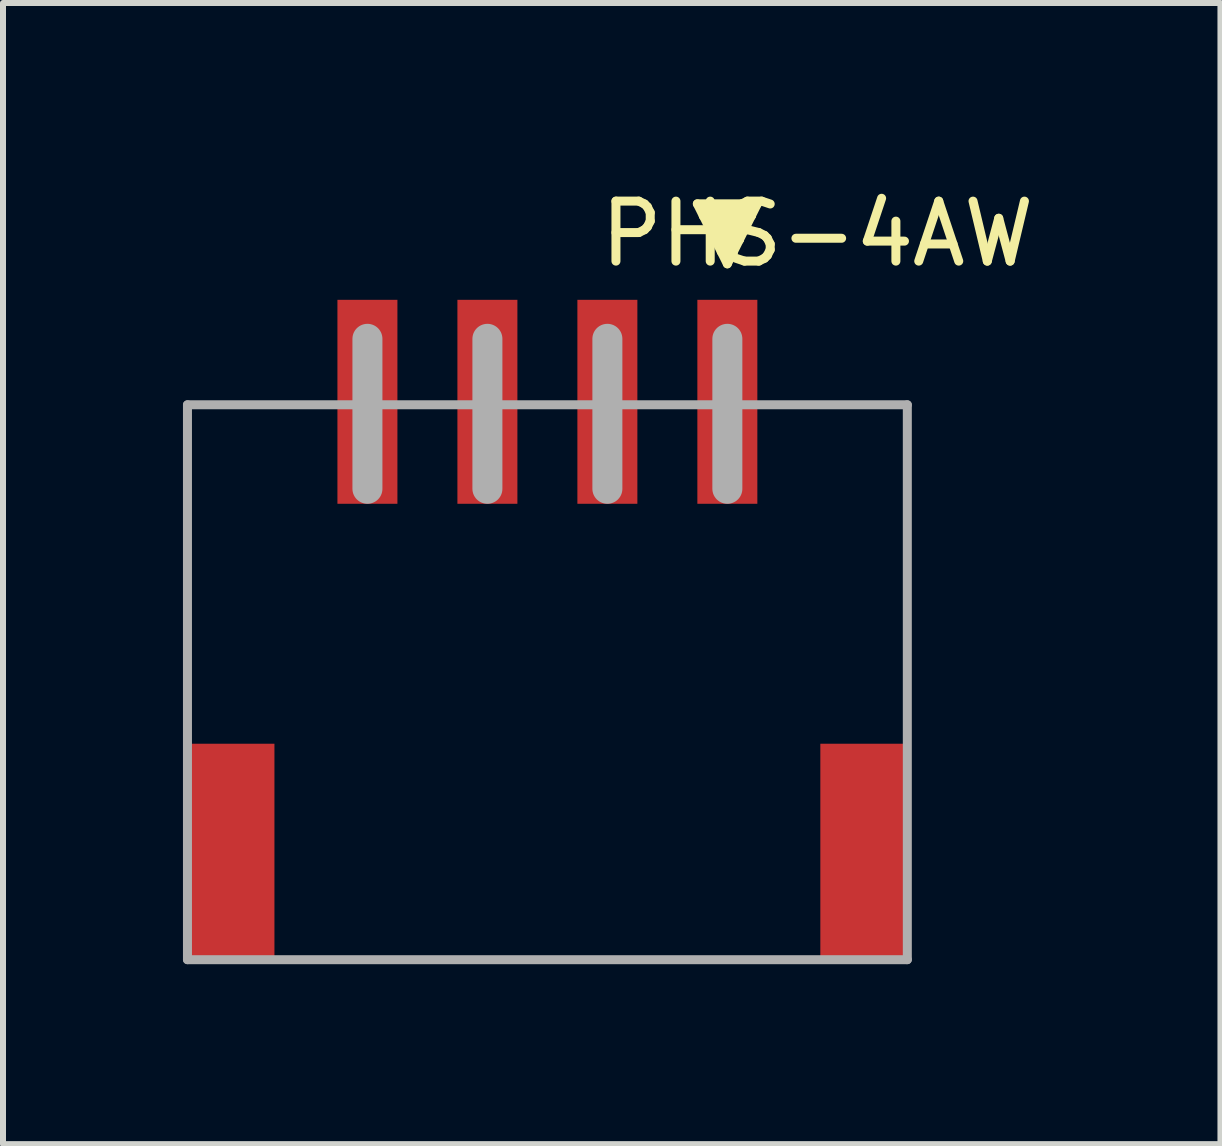
<source format=kicad_pcb>
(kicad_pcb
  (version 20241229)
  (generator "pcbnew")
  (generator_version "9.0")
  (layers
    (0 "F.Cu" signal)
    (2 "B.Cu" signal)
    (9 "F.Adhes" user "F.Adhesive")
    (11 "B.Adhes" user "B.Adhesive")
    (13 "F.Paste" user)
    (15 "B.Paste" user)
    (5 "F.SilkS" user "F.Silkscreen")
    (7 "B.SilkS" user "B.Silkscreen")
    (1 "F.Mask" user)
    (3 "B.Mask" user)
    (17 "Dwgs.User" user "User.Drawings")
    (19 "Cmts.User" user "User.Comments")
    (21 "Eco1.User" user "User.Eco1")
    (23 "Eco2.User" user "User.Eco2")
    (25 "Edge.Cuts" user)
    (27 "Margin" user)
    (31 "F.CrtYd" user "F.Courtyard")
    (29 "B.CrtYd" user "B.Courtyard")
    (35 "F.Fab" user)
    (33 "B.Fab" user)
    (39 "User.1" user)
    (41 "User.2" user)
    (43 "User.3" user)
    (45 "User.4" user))
  (footprint "PHS-4AW"
    (layer "F.Cu")
    (at 6.075 5.348)
    (property "Reference" "PHS-4AW" (at 4.5 -4.5 0) (layer "F.SilkS") (effects (font (size 1 1) (thickness 0.15))))
    (attr through_hole)
    (fp_line (start 2.5 -5) (end 3 -4) (stroke (width 0.15) (type solid)) (layer "F.SilkS"))
    (fp_line (start 2.6 -4.9) (end 3.4 -4.9) (stroke (width 0.15) (type solid)) (layer "F.SilkS"))
    (fp_line (start 2.6 -4.8) (end 3.4 -4.8) (stroke (width 0.15) (type solid)) (layer "F.SilkS"))
    (fp_line (start 2.7 -4.7) (end 3.3 -4.7) (stroke (width 0.15) (type solid)) (layer "F.SilkS"))
    (fp_line (start 2.7 -4.6) (end 3.3 -4.6) (stroke (width 0.15) (type solid)) (layer "F.SilkS"))
    (fp_line (start 2.8 -4.5) (end 3.2 -4.5) (stroke (width 0.15) (type solid)) (layer "F.SilkS"))
    (fp_line (start 2.8 -4.4) (end 3.2 -4.4) (stroke (width 0.15) (type solid)) (layer "F.SilkS"))
    (fp_line (start 2.9 -4.3) (end 3.1 -4.3) (stroke (width 0.15) (type solid)) (layer "F.SilkS"))
    (fp_line (start 2.9 -4.2) (end 3.1 -4.2) (stroke (width 0.15) (type solid)) (layer "F.SilkS"))
    (fp_line (start 3 -4) (end 3.5 -5) (stroke (width 0.15) (type solid)) (layer "F.SilkS"))
    (fp_line (start 3.1 -4.3) (end 2.8 -4.4) (stroke (width 0.15) (type solid)) (layer "F.SilkS"))
    (fp_line (start 3.1 -4.2) (end 2.9 -4.3) (stroke (width 0.15) (type solid)) (layer "F.SilkS"))
    (fp_line (start 3.2 -4.5) (end 2.7 -4.6) (stroke (width 0.15) (type solid)) (layer "F.SilkS"))
    (fp_line (start 3.2 -4.4) (end 2.8 -4.5) (stroke (width 0.15) (type solid)) (layer "F.SilkS"))
    (fp_line (start 3.3 -4.7) (end 2.6 -4.8) (stroke (width 0.15) (type solid)) (layer "F.SilkS"))
    (fp_line (start 3.3 -4.6) (end 2.7 -4.7) (stroke (width 0.15) (type solid)) (layer "F.SilkS"))
    (fp_line (start 3.4 -4.8) (end 2.6 -4.9) (stroke (width 0.15) (type solid)) (layer "F.SilkS"))
    (fp_line (start 3.5 -5) (end 2.5 -5) (stroke (width 0.15) (type solid)) (layer "F.SilkS"))
    (fp_line (start -6 -1.65) (end -6 7.6) (stroke (width 0.15) (type solid)) (layer "F.Fab"))
    (fp_line (start -6 -1.65) (end 6 -1.65) (stroke (width 0.15) (type solid)) (layer "F.Fab"))
    (fp_line (start -6 7.6) (end 6 7.6) (stroke (width 0.15) (type solid)) (layer "F.Fab"))
    (fp_line (start -3 -0.25) (end -3 -2.75) (stroke (width 0.5) (type solid)) (layer "F.Fab"))
    (fp_line (start -1 -0.25) (end -1 -2.75) (stroke (width 0.5) (type solid)) (layer "F.Fab"))
    (fp_line (start 1 -0.25) (end 1 -2.75) (stroke (width 0.5) (type solid)) (layer "F.Fab"))
    (fp_line (start 3 -0.25) (end 3 -2.75) (stroke (width 0.5) (type solid)) (layer "F.Fab"))
    (fp_line (start 6 -1.65) (end 6 7.6) (stroke (width 0.15) (type solid)) (layer "F.Fab"))
    (pad "" smd rect (at -5.3 5.8) (size 1.5 3.6) (layers "F.Cu" "F.Mask" "F.Paste"))
    (pad "" smd rect (at 5.3 5.8) (size 1.5 3.6) (layers "F.Cu" "F.Mask" "F.Paste"))
    (pad "1" smd rect (at 3 -1.7) (size 1 3.4) (layers "F.Cu" "F.Mask" "F.Paste"))
    (pad "2" smd rect (at 1 -1.7) (size 1 3.4) (layers "F.Cu" "F.Mask" "F.Paste"))
    (pad "3" smd rect (at -1 -1.7) (size 1 3.4) (layers "F.Cu" "F.Mask" "F.Paste"))
    (pad "4" smd rect (at -3 -1.7) (size 1 3.4) (layers "F.Cu" "F.Mask" "F.Paste")))
  (gr_rect
    (start -3 -3)
    (end 17.295 16.023)
    (stroke (width 0.1) (type default))
    (fill no)
    (layer "Edge.Cuts")))
</source>
